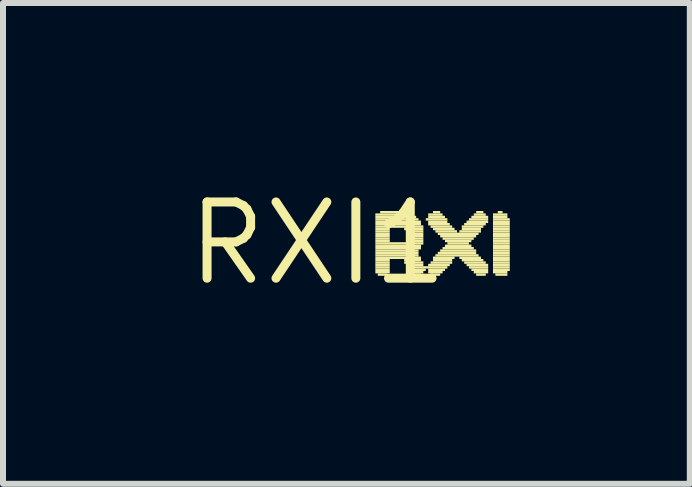
<source format=kicad_pcb>
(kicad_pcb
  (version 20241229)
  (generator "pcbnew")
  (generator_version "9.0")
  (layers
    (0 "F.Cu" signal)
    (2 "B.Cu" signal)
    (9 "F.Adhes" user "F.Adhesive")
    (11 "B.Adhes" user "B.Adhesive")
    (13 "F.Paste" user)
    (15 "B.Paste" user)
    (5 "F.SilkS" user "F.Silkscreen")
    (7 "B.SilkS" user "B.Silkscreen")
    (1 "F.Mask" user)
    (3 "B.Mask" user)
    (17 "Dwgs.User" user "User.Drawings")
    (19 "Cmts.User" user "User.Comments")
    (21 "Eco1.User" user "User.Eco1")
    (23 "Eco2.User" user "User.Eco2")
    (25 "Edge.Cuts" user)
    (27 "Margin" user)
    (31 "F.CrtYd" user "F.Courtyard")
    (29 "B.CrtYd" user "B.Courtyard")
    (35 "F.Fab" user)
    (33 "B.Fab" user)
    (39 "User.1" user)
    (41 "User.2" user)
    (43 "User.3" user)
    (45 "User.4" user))
  (footprint "RXI1"
    (layer "F.Cu")
    (at 2.245 1.006)
    (property "Reference" "RXI1" (at 0 0 0) (layer "F.SilkS") (effects (font (size 1.27 1.27) (thickness 0.15))))
    (attr through_hole)
    (fp_poly (pts (xy 0.96 -0.46) (xy 1.56 -0.46) (xy 1.56 -0.5) (xy 0.96 -0.5)) (stroke (width 0) (type solid)) (fill yes) (layer "F.SilkS"))
    (fp_poly (pts (xy 0.96 -0.42) (xy 1.64 -0.42) (xy 1.64 -0.46) (xy 0.96 -0.46)) (stroke (width 0) (type solid)) (fill yes) (layer "F.SilkS"))
    (fp_poly (pts (xy 0.96 -0.38) (xy 1.68 -0.38) (xy 1.68 -0.42) (xy 0.96 -0.42)) (stroke (width 0) (type solid)) (fill yes) (layer "F.SilkS"))
    (fp_poly (pts (xy 0.96 -0.34) (xy 1.72 -0.34) (xy 1.72 -0.38) (xy 0.96 -0.38)) (stroke (width 0) (type solid)) (fill yes) (layer "F.SilkS"))
    (fp_poly (pts (xy 0.96 -0.3) (xy 1.72 -0.3) (xy 1.72 -0.34) (xy 0.96 -0.34)) (stroke (width 0) (type solid)) (fill yes) (layer "F.SilkS"))
    (fp_poly (pts (xy 0.96 -0.26) (xy 1.76 -0.26) (xy 1.76 -0.3) (xy 0.96 -0.3)) (stroke (width 0) (type solid)) (fill yes) (layer "F.SilkS"))
    (fp_poly (pts (xy 0.96 -0.22) (xy 1.2 -0.22) (xy 1.2 -0.26) (xy 0.96 -0.26)) (stroke (width 0) (type solid)) (fill yes) (layer "F.SilkS"))
    (fp_poly (pts (xy 0.96 -0.18) (xy 1.2 -0.18) (xy 1.2 -0.22) (xy 0.96 -0.22)) (stroke (width 0) (type solid)) (fill yes) (layer "F.SilkS"))
    (fp_poly (pts (xy 0.96 -0.14) (xy 1.2 -0.14) (xy 1.2 -0.18) (xy 0.96 -0.18)) (stroke (width 0) (type solid)) (fill yes) (layer "F.SilkS"))
    (fp_poly (pts (xy 0.96 -0.1) (xy 1.2 -0.1) (xy 1.2 -0.14) (xy 0.96 -0.14)) (stroke (width 0) (type solid)) (fill yes) (layer "F.SilkS"))
    (fp_poly (pts (xy 0.96 -0.06) (xy 1.2 -0.06) (xy 1.2 -0.1) (xy 0.96 -0.1)) (stroke (width 0) (type solid)) (fill yes) (layer "F.SilkS"))
    (fp_poly (pts (xy 0.96 -0.02) (xy 1.2 -0.02) (xy 1.2 -0.06) (xy 0.96 -0.06)) (stroke (width 0) (type solid)) (fill yes) (layer "F.SilkS"))
    (fp_poly (pts (xy 0.96 0.02) (xy 1.76 0.02) (xy 1.76 -0.02) (xy 0.96 -0.02)) (stroke (width 0) (type solid)) (fill yes) (layer "F.SilkS"))
    (fp_poly (pts (xy 0.96 0.06) (xy 1.72 0.06) (xy 1.72 0.02) (xy 0.96 0.02)) (stroke (width 0) (type solid)) (fill yes) (layer "F.SilkS"))
    (fp_poly (pts (xy 0.96 0.1) (xy 1.72 0.1) (xy 1.72 0.06) (xy 0.96 0.06)) (stroke (width 0) (type solid)) (fill yes) (layer "F.SilkS"))
    (fp_poly (pts (xy 0.96 0.14) (xy 1.68 0.14) (xy 1.68 0.1) (xy 0.96 0.1)) (stroke (width 0) (type solid)) (fill yes) (layer "F.SilkS"))
    (fp_poly (pts (xy 0.96 0.18) (xy 1.68 0.18) (xy 1.68 0.14) (xy 0.96 0.14)) (stroke (width 0) (type solid)) (fill yes) (layer "F.SilkS"))
    (fp_poly (pts (xy 0.96 0.22) (xy 1.68 0.22) (xy 1.68 0.18) (xy 0.96 0.18)) (stroke (width 0) (type solid)) (fill yes) (layer "F.SilkS"))
    (fp_poly (pts (xy 0.96 0.26) (xy 1.72 0.26) (xy 1.72 0.22) (xy 0.96 0.22)) (stroke (width 0) (type solid)) (fill yes) (layer "F.SilkS"))
    (fp_poly (pts (xy 0.96 0.3) (xy 1.2 0.3) (xy 1.2 0.26) (xy 0.96 0.26)) (stroke (width 0) (type solid)) (fill yes) (layer "F.SilkS"))
    (fp_poly (pts (xy 0.96 0.34) (xy 1.2 0.34) (xy 1.2 0.3) (xy 0.96 0.3)) (stroke (width 0) (type solid)) (fill yes) (layer "F.SilkS"))
    (fp_poly (pts (xy 0.96 0.38) (xy 1.2 0.38) (xy 1.2 0.34) (xy 0.96 0.34)) (stroke (width 0) (type solid)) (fill yes) (layer "F.SilkS"))
    (fp_poly (pts (xy 0.96 0.42) (xy 1.2 0.42) (xy 1.2 0.38) (xy 0.96 0.38)) (stroke (width 0) (type solid)) (fill yes) (layer "F.SilkS"))
    (fp_poly (pts (xy 0.96 0.46) (xy 1.2 0.46) (xy 1.2 0.42) (xy 0.96 0.42)) (stroke (width 0) (type solid)) (fill yes) (layer "F.SilkS"))
    (fp_poly (pts (xy 0.96 0.5) (xy 1.2 0.5) (xy 1.2 0.46) (xy 0.96 0.46)) (stroke (width 0) (type solid)) (fill yes) (layer "F.SilkS"))
    (fp_poly (pts (xy 1 0.54) (xy 1.16 0.54) (xy 1.16 0.5) (xy 1 0.5)) (stroke (width 0) (type solid)) (fill yes) (layer "F.SilkS"))
    (fp_poly (pts (xy 1.04 -0.5) (xy 1.44 -0.5) (xy 1.44 -0.54) (xy 1.04 -0.54)) (stroke (width 0) (type solid)) (fill yes) (layer "F.SilkS"))
    (fp_poly (pts (xy 1.44 -0.22) (xy 1.76 -0.22) (xy 1.76 -0.26) (xy 1.44 -0.26)) (stroke (width 0) (type solid)) (fill yes) (layer "F.SilkS"))
    (fp_poly (pts (xy 1.44 0.3) (xy 1.72 0.3) (xy 1.72 0.26) (xy 1.44 0.26)) (stroke (width 0) (type solid)) (fill yes) (layer "F.SilkS"))
    (fp_poly (pts (xy 1.44 0.34) (xy 1.76 0.34) (xy 1.76 0.3) (xy 1.44 0.3)) (stroke (width 0) (type solid)) (fill yes) (layer "F.SilkS"))
    (fp_poly (pts (xy 1.48 -0.18) (xy 1.76 -0.18) (xy 1.76 -0.22) (xy 1.48 -0.22)) (stroke (width 0) (type solid)) (fill yes) (layer "F.SilkS"))
    (fp_poly (pts (xy 1.48 -0.06) (xy 1.76 -0.06) (xy 1.76 -0.1) (xy 1.48 -0.1)) (stroke (width 0) (type solid)) (fill yes) (layer "F.SilkS"))
    (fp_poly (pts (xy 1.48 -0.02) (xy 1.76 -0.02) (xy 1.76 -0.06) (xy 1.48 -0.06)) (stroke (width 0) (type solid)) (fill yes) (layer "F.SilkS"))
    (fp_poly (pts (xy 1.48 0.38) (xy 1.76 0.38) (xy 1.76 0.34) (xy 1.48 0.34)) (stroke (width 0) (type solid)) (fill yes) (layer "F.SilkS"))
    (fp_poly (pts (xy 1.48 0.42) (xy 2.16 0.42) (xy 2.16 0.38) (xy 1.48 0.38)) (stroke (width 0) (type solid)) (fill yes) (layer "F.SilkS"))
    (fp_poly (pts (xy 1.52 -0.14) (xy 1.76 -0.14) (xy 1.76 -0.18) (xy 1.52 -0.18)) (stroke (width 0) (type solid)) (fill yes) (layer "F.SilkS"))
    (fp_poly (pts (xy 1.52 -0.1) (xy 1.76 -0.1) (xy 1.76 -0.14) (xy 1.52 -0.14)) (stroke (width 0) (type solid)) (fill yes) (layer "F.SilkS"))
    (fp_poly (pts (xy 1.52 0.46) (xy 1.8 0.46) (xy 1.8 0.42) (xy 1.52 0.42)) (stroke (width 0) (type solid)) (fill yes) (layer "F.SilkS"))
    (fp_poly (pts (xy 1.52 0.5) (xy 1.76 0.5) (xy 1.76 0.46) (xy 1.52 0.46)) (stroke (width 0) (type solid)) (fill yes) (layer "F.SilkS"))
    (fp_poly (pts (xy 1.56 0.54) (xy 1.72 0.54) (xy 1.72 0.5) (xy 1.56 0.5)) (stroke (width 0) (type solid)) (fill yes) (layer "F.SilkS"))
    (fp_poly (pts (xy 1.8 -0.38) (xy 2.16 -0.38) (xy 2.16 -0.42) (xy 1.8 -0.42)) (stroke (width 0) (type solid)) (fill yes) (layer "F.SilkS"))
    (fp_poly (pts (xy 1.84 -0.46) (xy 2.08 -0.46) (xy 2.08 -0.5) (xy 1.84 -0.5)) (stroke (width 0) (type solid)) (fill yes) (layer "F.SilkS"))
    (fp_poly (pts (xy 1.84 -0.42) (xy 2.12 -0.42) (xy 2.12 -0.46) (xy 1.84 -0.46)) (stroke (width 0) (type solid)) (fill yes) (layer "F.SilkS"))
    (fp_poly (pts (xy 1.84 -0.34) (xy 2.16 -0.34) (xy 2.16 -0.38) (xy 1.84 -0.38)) (stroke (width 0) (type solid)) (fill yes) (layer "F.SilkS"))
    (fp_poly (pts (xy 1.84 -0.3) (xy 2.2 -0.3) (xy 2.2 -0.34) (xy 1.84 -0.34)) (stroke (width 0) (type solid)) (fill yes) (layer "F.SilkS"))
    (fp_poly (pts (xy 1.84 0.38) (xy 2.2 0.38) (xy 2.2 0.34) (xy 1.84 0.34)) (stroke (width 0) (type solid)) (fill yes) (layer "F.SilkS"))
    (fp_poly (pts (xy 1.84 0.46) (xy 2.12 0.46) (xy 2.12 0.42) (xy 1.84 0.42)) (stroke (width 0) (type solid)) (fill yes) (layer "F.SilkS"))
    (fp_poly (pts (xy 1.84 0.5) (xy 2.08 0.5) (xy 2.08 0.46) (xy 1.84 0.46)) (stroke (width 0) (type solid)) (fill yes) (layer "F.SilkS"))
    (fp_poly (pts (xy 1.88 -0.26) (xy 2.24 -0.26) (xy 2.24 -0.3) (xy 1.88 -0.3)) (stroke (width 0) (type solid)) (fill yes) (layer "F.SilkS"))
    (fp_poly (pts (xy 1.88 0.34) (xy 2.24 0.34) (xy 2.24 0.3) (xy 1.88 0.3)) (stroke (width 0) (type solid)) (fill yes) (layer "F.SilkS"))
    (fp_poly (pts (xy 1.88 0.54) (xy 2.04 0.54) (xy 2.04 0.5) (xy 1.88 0.5)) (stroke (width 0) (type solid)) (fill yes) (layer "F.SilkS"))
    (fp_poly (pts (xy 1.92 -0.5) (xy 2.04 -0.5) (xy 2.04 -0.54) (xy 1.92 -0.54)) (stroke (width 0) (type solid)) (fill yes) (layer "F.SilkS"))
    (fp_poly (pts (xy 1.92 -0.22) (xy 2.28 -0.22) (xy 2.28 -0.26) (xy 1.92 -0.26)) (stroke (width 0) (type solid)) (fill yes) (layer "F.SilkS"))
    (fp_poly (pts (xy 1.92 0.26) (xy 2.28 0.26) (xy 2.28 0.22) (xy 1.92 0.22)) (stroke (width 0) (type solid)) (fill yes) (layer "F.SilkS"))
    (fp_poly (pts (xy 1.92 0.3) (xy 2.24 0.3) (xy 2.24 0.26) (xy 1.92 0.26)) (stroke (width 0) (type solid)) (fill yes) (layer "F.SilkS"))
    (fp_poly (pts (xy 1.96 -0.18) (xy 2.32 -0.18) (xy 2.32 -0.22) (xy 1.96 -0.22)) (stroke (width 0) (type solid)) (fill yes) (layer "F.SilkS"))
    (fp_poly (pts (xy 1.96 0.22) (xy 2.68 0.22) (xy 2.68 0.18) (xy 1.96 0.18)) (stroke (width 0) (type solid)) (fill yes) (layer "F.SilkS"))
    (fp_poly (pts (xy 2 -0.14) (xy 2.68 -0.14) (xy 2.68 -0.18) (xy 2 -0.18)) (stroke (width 0) (type solid)) (fill yes) (layer "F.SilkS"))
    (fp_poly (pts (xy 2 0.18) (xy 2.64 0.18) (xy 2.64 0.14) (xy 2 0.14)) (stroke (width 0) (type solid)) (fill yes) (layer "F.SilkS"))
    (fp_poly (pts (xy 2.04 -0.1) (xy 2.64 -0.1) (xy 2.64 -0.14) (xy 2.04 -0.14)) (stroke (width 0) (type solid)) (fill yes) (layer "F.SilkS"))
    (fp_poly (pts (xy 2.04 0.14) (xy 2.64 0.14) (xy 2.64 0.1) (xy 2.04 0.1)) (stroke (width 0) (type solid)) (fill yes) (layer "F.SilkS"))
    (fp_poly (pts (xy 2.08 -0.06) (xy 2.6 -0.06) (xy 2.6 -0.1) (xy 2.08 -0.1)) (stroke (width 0) (type solid)) (fill yes) (layer "F.SilkS"))
    (fp_poly (pts (xy 2.08 0.1) (xy 2.6 0.1) (xy 2.6 0.06) (xy 2.08 0.06)) (stroke (width 0) (type solid)) (fill yes) (layer "F.SilkS"))
    (fp_poly (pts (xy 2.12 -0.02) (xy 2.56 -0.02) (xy 2.56 -0.06) (xy 2.12 -0.06)) (stroke (width 0) (type solid)) (fill yes) (layer "F.SilkS"))
    (fp_poly (pts (xy 2.12 0.06) (xy 2.56 0.06) (xy 2.56 0.02) (xy 2.12 0.02)) (stroke (width 0) (type solid)) (fill yes) (layer "F.SilkS"))
    (fp_poly (pts (xy 2.16 0.02) (xy 2.52 0.02) (xy 2.52 -0.02) (xy 2.16 -0.02)) (stroke (width 0) (type solid)) (fill yes) (layer "F.SilkS"))
    (fp_poly (pts (xy 2.36 -0.18) (xy 2.72 -0.18) (xy 2.72 -0.22) (xy 2.36 -0.22)) (stroke (width 0) (type solid)) (fill yes) (layer "F.SilkS"))
    (fp_poly (pts (xy 2.36 0.26) (xy 2.72 0.26) (xy 2.72 0.22) (xy 2.36 0.22)) (stroke (width 0) (type solid)) (fill yes) (layer "F.SilkS"))
    (fp_poly (pts (xy 2.4 -0.26) (xy 2.76 -0.26) (xy 2.76 -0.3) (xy 2.4 -0.3)) (stroke (width 0) (type solid)) (fill yes) (layer "F.SilkS"))
    (fp_poly (pts (xy 2.4 -0.22) (xy 2.72 -0.22) (xy 2.72 -0.26) (xy 2.4 -0.26)) (stroke (width 0) (type solid)) (fill yes) (layer "F.SilkS"))
    (fp_poly (pts (xy 2.4 0.3) (xy 2.76 0.3) (xy 2.76 0.26) (xy 2.4 0.26)) (stroke (width 0) (type solid)) (fill yes) (layer "F.SilkS"))
    (fp_poly (pts (xy 2.44 -0.3) (xy 2.8 -0.3) (xy 2.8 -0.34) (xy 2.44 -0.34)) (stroke (width 0) (type solid)) (fill yes) (layer "F.SilkS"))
    (fp_poly (pts (xy 2.44 0.34) (xy 2.8 0.34) (xy 2.8 0.3) (xy 2.44 0.3)) (stroke (width 0) (type solid)) (fill yes) (layer "F.SilkS"))
    (fp_poly (pts (xy 2.48 -0.34) (xy 2.84 -0.34) (xy 2.84 -0.38) (xy 2.48 -0.38)) (stroke (width 0) (type solid)) (fill yes) (layer "F.SilkS"))
    (fp_poly (pts (xy 2.48 0.38) (xy 2.84 0.38) (xy 2.84 0.34) (xy 2.48 0.34)) (stroke (width 0) (type solid)) (fill yes) (layer "F.SilkS"))
    (fp_poly (pts (xy 2.52 -0.38) (xy 2.84 -0.38) (xy 2.84 -0.42) (xy 2.52 -0.42)) (stroke (width 0) (type solid)) (fill yes) (layer "F.SilkS"))
    (fp_poly (pts (xy 2.52 0.42) (xy 2.84 0.42) (xy 2.84 0.38) (xy 2.52 0.38)) (stroke (width 0) (type solid)) (fill yes) (layer "F.SilkS"))
    (fp_poly (pts (xy 2.56 -0.42) (xy 2.84 -0.42) (xy 2.84 -0.46) (xy 2.56 -0.46)) (stroke (width 0) (type solid)) (fill yes) (layer "F.SilkS"))
    (fp_poly (pts (xy 2.56 0.46) (xy 2.84 0.46) (xy 2.84 0.42) (xy 2.56 0.42)) (stroke (width 0) (type solid)) (fill yes) (layer "F.SilkS"))
    (fp_poly (pts (xy 2.6 -0.46) (xy 2.8 -0.46) (xy 2.8 -0.5) (xy 2.6 -0.5)) (stroke (width 0) (type solid)) (fill yes) (layer "F.SilkS"))
    (fp_poly (pts (xy 2.6 0.5) (xy 2.84 0.5) (xy 2.84 0.46) (xy 2.6 0.46)) (stroke (width 0) (type solid)) (fill yes) (layer "F.SilkS"))
    (fp_poly (pts (xy 2.64 -0.5) (xy 2.76 -0.5) (xy 2.76 -0.54) (xy 2.64 -0.54)) (stroke (width 0) (type solid)) (fill yes) (layer "F.SilkS"))
    (fp_poly (pts (xy 2.64 0.54) (xy 2.8 0.54) (xy 2.8 0.5) (xy 2.64 0.5)) (stroke (width 0) (type solid)) (fill yes) (layer "F.SilkS"))
    (fp_poly (pts (xy 2.92 -0.46) (xy 3.16 -0.46) (xy 3.16 -0.5) (xy 2.92 -0.5)) (stroke (width 0) (type solid)) (fill yes) (layer "F.SilkS"))
    (fp_poly (pts (xy 2.92 -0.42) (xy 3.16 -0.42) (xy 3.16 -0.46) (xy 2.92 -0.46)) (stroke (width 0) (type solid)) (fill yes) (layer "F.SilkS"))
    (fp_poly (pts (xy 2.92 -0.38) (xy 3.2 -0.38) (xy 3.2 -0.42) (xy 2.92 -0.42)) (stroke (width 0) (type solid)) (fill yes) (layer "F.SilkS"))
    (fp_poly (pts (xy 2.92 -0.34) (xy 3.2 -0.34) (xy 3.2 -0.38) (xy 2.92 -0.38)) (stroke (width 0) (type solid)) (fill yes) (layer "F.SilkS"))
    (fp_poly (pts (xy 2.92 -0.3) (xy 3.2 -0.3) (xy 3.2 -0.34) (xy 2.92 -0.34)) (stroke (width 0) (type solid)) (fill yes) (layer "F.SilkS"))
    (fp_poly (pts (xy 2.92 -0.26) (xy 3.2 -0.26) (xy 3.2 -0.3) (xy 2.92 -0.3)) (stroke (width 0) (type solid)) (fill yes) (layer "F.SilkS"))
    (fp_poly (pts (xy 2.92 -0.22) (xy 3.2 -0.22) (xy 3.2 -0.26) (xy 2.92 -0.26)) (stroke (width 0) (type solid)) (fill yes) (layer "F.SilkS"))
    (fp_poly (pts (xy 2.92 -0.18) (xy 3.2 -0.18) (xy 3.2 -0.22) (xy 2.92 -0.22)) (stroke (width 0) (type solid)) (fill yes) (layer "F.SilkS"))
    (fp_poly (pts (xy 2.92 -0.14) (xy 3.2 -0.14) (xy 3.2 -0.18) (xy 2.92 -0.18)) (stroke (width 0) (type solid)) (fill yes) (layer "F.SilkS"))
    (fp_poly (pts (xy 2.92 -0.1) (xy 3.2 -0.1) (xy 3.2 -0.14) (xy 2.92 -0.14)) (stroke (width 0) (type solid)) (fill yes) (layer "F.SilkS"))
    (fp_poly (pts (xy 2.92 -0.06) (xy 3.2 -0.06) (xy 3.2 -0.1) (xy 2.92 -0.1)) (stroke (width 0) (type solid)) (fill yes) (layer "F.SilkS"))
    (fp_poly (pts (xy 2.92 -0.02) (xy 3.2 -0.02) (xy 3.2 -0.06) (xy 2.92 -0.06)) (stroke (width 0) (type solid)) (fill yes) (layer "F.SilkS"))
    (fp_poly (pts (xy 2.92 0.02) (xy 3.2 0.02) (xy 3.2 -0.02) (xy 2.92 -0.02)) (stroke (width 0) (type solid)) (fill yes) (layer "F.SilkS"))
    (fp_poly (pts (xy 2.92 0.06) (xy 3.2 0.06) (xy 3.2 0.02) (xy 2.92 0.02)) (stroke (width 0) (type solid)) (fill yes) (layer "F.SilkS"))
    (fp_poly (pts (xy 2.92 0.1) (xy 3.2 0.1) (xy 3.2 0.06) (xy 2.92 0.06)) (stroke (width 0) (type solid)) (fill yes) (layer "F.SilkS"))
    (fp_poly (pts (xy 2.92 0.14) (xy 3.2 0.14) (xy 3.2 0.1) (xy 2.92 0.1)) (stroke (width 0) (type solid)) (fill yes) (layer "F.SilkS"))
    (fp_poly (pts (xy 2.92 0.18) (xy 3.2 0.18) (xy 3.2 0.14) (xy 2.92 0.14)) (stroke (width 0) (type solid)) (fill yes) (layer "F.SilkS"))
    (fp_poly (pts (xy 2.92 0.22) (xy 3.2 0.22) (xy 3.2 0.18) (xy 2.92 0.18)) (stroke (width 0) (type solid)) (fill yes) (layer "F.SilkS"))
    (fp_poly (pts (xy 2.92 0.26) (xy 3.2 0.26) (xy 3.2 0.22) (xy 2.92 0.22)) (stroke (width 0) (type solid)) (fill yes) (layer "F.SilkS"))
    (fp_poly (pts (xy 2.92 0.3) (xy 3.2 0.3) (xy 3.2 0.26) (xy 2.92 0.26)) (stroke (width 0) (type solid)) (fill yes) (layer "F.SilkS"))
    (fp_poly (pts (xy 2.92 0.34) (xy 3.2 0.34) (xy 3.2 0.3) (xy 2.92 0.3)) (stroke (width 0) (type solid)) (fill yes) (layer "F.SilkS"))
    (fp_poly (pts (xy 2.92 0.38) (xy 3.2 0.38) (xy 3.2 0.34) (xy 2.92 0.34)) (stroke (width 0) (type solid)) (fill yes) (layer "F.SilkS"))
    (fp_poly (pts (xy 2.92 0.42) (xy 3.2 0.42) (xy 3.2 0.38) (xy 2.92 0.38)) (stroke (width 0) (type solid)) (fill yes) (layer "F.SilkS"))
    (fp_poly (pts (xy 2.92 0.46) (xy 3.2 0.46) (xy 3.2 0.42) (xy 2.92 0.42)) (stroke (width 0) (type solid)) (fill yes) (layer "F.SilkS"))
    (fp_poly (pts (xy 2.92 0.5) (xy 3.16 0.5) (xy 3.16 0.46) (xy 2.92 0.46)) (stroke (width 0) (type solid)) (fill yes) (layer "F.SilkS"))
    (fp_poly (pts (xy 2.96 0.54) (xy 3.16 0.54) (xy 3.16 0.5) (xy 2.96 0.5)) (stroke (width 0) (type solid)) (fill yes) (layer "F.SilkS"))
    (fp_poly (pts (xy 3 -0.5) (xy 3.08 -0.5) (xy 3.08 -0.54) (xy 3 -0.54)) (stroke (width 0) (type solid)) (fill yes) (layer "F.SilkS")))
  (gr_rect
    (start -3 -3)
    (end 8.445 5.012)
    (stroke (width 0.1) (type default))
    (fill no)
    (layer "Edge.Cuts")))
</source>
